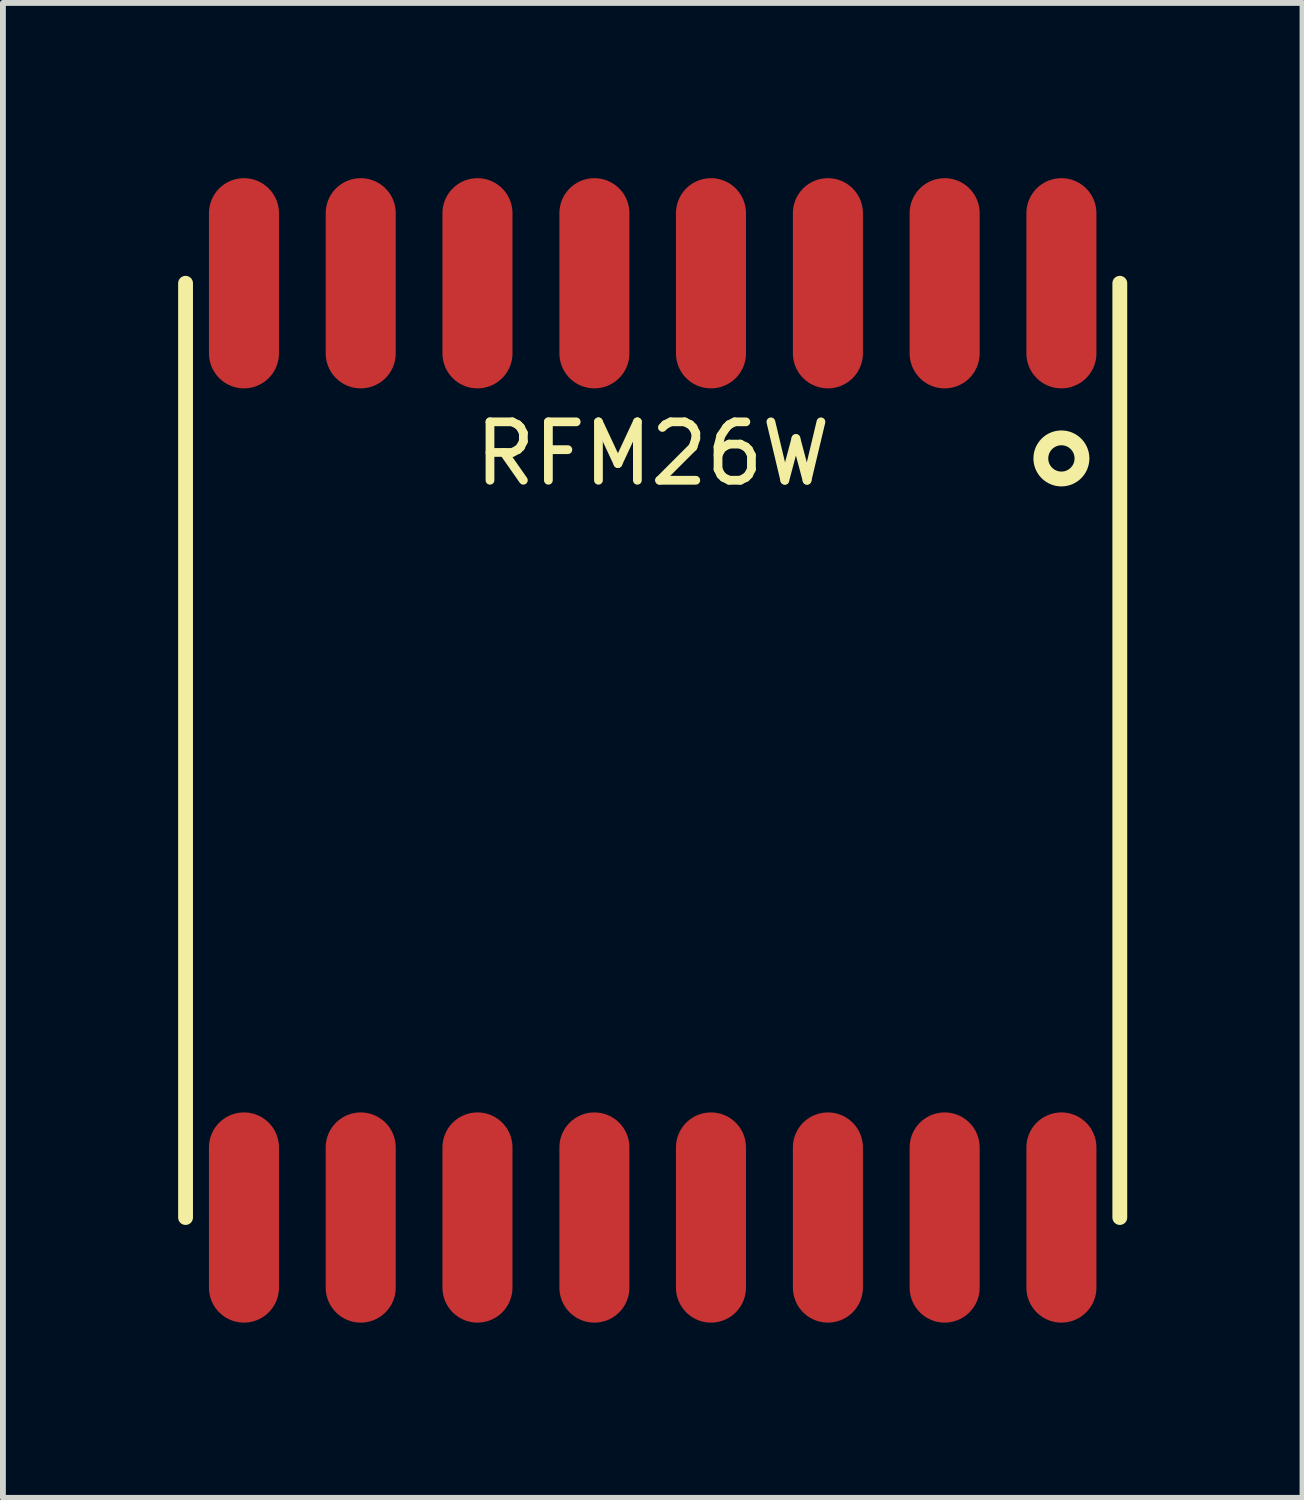
<source format=kicad_pcb>
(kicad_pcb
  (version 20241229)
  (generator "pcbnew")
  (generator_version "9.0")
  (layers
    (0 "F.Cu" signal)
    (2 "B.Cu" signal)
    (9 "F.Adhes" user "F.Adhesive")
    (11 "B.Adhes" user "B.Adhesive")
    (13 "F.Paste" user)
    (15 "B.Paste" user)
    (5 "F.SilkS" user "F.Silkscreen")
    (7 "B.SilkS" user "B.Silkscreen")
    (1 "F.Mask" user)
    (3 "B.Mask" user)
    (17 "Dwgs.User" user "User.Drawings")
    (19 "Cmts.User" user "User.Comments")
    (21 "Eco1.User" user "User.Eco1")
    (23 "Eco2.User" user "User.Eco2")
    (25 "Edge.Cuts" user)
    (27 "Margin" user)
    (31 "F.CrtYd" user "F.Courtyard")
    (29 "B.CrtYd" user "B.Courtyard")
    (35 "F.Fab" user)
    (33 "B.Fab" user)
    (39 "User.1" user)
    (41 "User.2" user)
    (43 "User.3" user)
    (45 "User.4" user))
  (footprint "RFM26W"
    (layer "F.Cu")
    (at 8.125 9.798)
    (property "Reference" "RFM26W" (at 0 -5.08 0) (layer "F.SilkS") (effects (font (size 1 1) (thickness 0.15))))
    (attr smd)
    (fp_line (start -7.998 -7.998) (end -7.998 7.998) (stroke (width 0.254) (type solid)) (layer "F.SilkS"))
    (fp_line (start 7.998 7.998) (end 7.998 -7.998) (stroke (width 0.254) (type solid)) (layer "F.SilkS"))
    (fp_circle (center 6.998 -4.999) (end 7.247 -5.248) (stroke (width 0.254) (type solid)) (fill no) (layer "F.SilkS"))
    (pad "1" smd oval (at 6.998 -7.998) (size 1.199 3.599) (layers "F.Cu" "F.Mask" "F.Paste"))
    (pad "2" smd oval (at 4.999 -7.998) (size 1.199 3.599) (layers "F.Cu" "F.Mask" "F.Paste"))
    (pad "3" smd oval (at 3 -7.998) (size 1.199 3.599) (layers "F.Cu" "F.Mask" "F.Paste"))
    (pad "4" smd oval (at 0.998 -7.998) (size 1.199 3.599) (layers "F.Cu" "F.Mask" "F.Paste"))
    (pad "5" smd oval (at -0.998 -7.998) (size 1.199 3.599) (layers "F.Cu" "F.Mask" "F.Paste"))
    (pad "6" smd oval (at -3 -7.998) (size 1.199 3.599) (layers "F.Cu" "F.Mask" "F.Paste"))
    (pad "7" smd oval (at -4.999 -7.998) (size 1.199 3.599) (layers "F.Cu" "F.Mask" "F.Paste"))
    (pad "8" smd oval (at -6.998 -7.998) (size 1.199 3.599) (layers "F.Cu" "F.Mask" "F.Paste"))
    (pad "9" smd oval (at -6.998 7.998) (size 1.199 3.599) (layers "F.Cu" "F.Mask" "F.Paste"))
    (pad "10" smd oval (at -4.999 7.998) (size 1.199 3.599) (layers "F.Cu" "F.Mask" "F.Paste"))
    (pad "11" smd oval (at -3 7.998) (size 1.199 3.599) (layers "F.Cu" "F.Mask" "F.Paste"))
    (pad "12" smd oval (at -0.998 7.998) (size 1.199 3.599) (layers "F.Cu" "F.Mask" "F.Paste"))
    (pad "13" smd oval (at 0.998 7.998) (size 1.199 3.599) (layers "F.Cu" "F.Mask" "F.Paste"))
    (pad "14" smd oval (at 3 7.998) (size 1.199 3.599) (layers "F.Cu" "F.Mask" "F.Paste"))
    (pad "15" smd oval (at 4.999 7.998) (size 1.199 3.599) (layers "F.Cu" "F.Mask" "F.Paste"))
    (pad "16" smd oval (at 6.998 7.998) (size 1.199 3.599) (layers "F.Cu" "F.Mask" "F.Paste")))
  (gr_rect
    (start -3 -3)
    (end 19.251 22.596)
    (stroke (width 0.1) (type default))
    (fill no)
    (layer "Edge.Cuts")))
</source>
